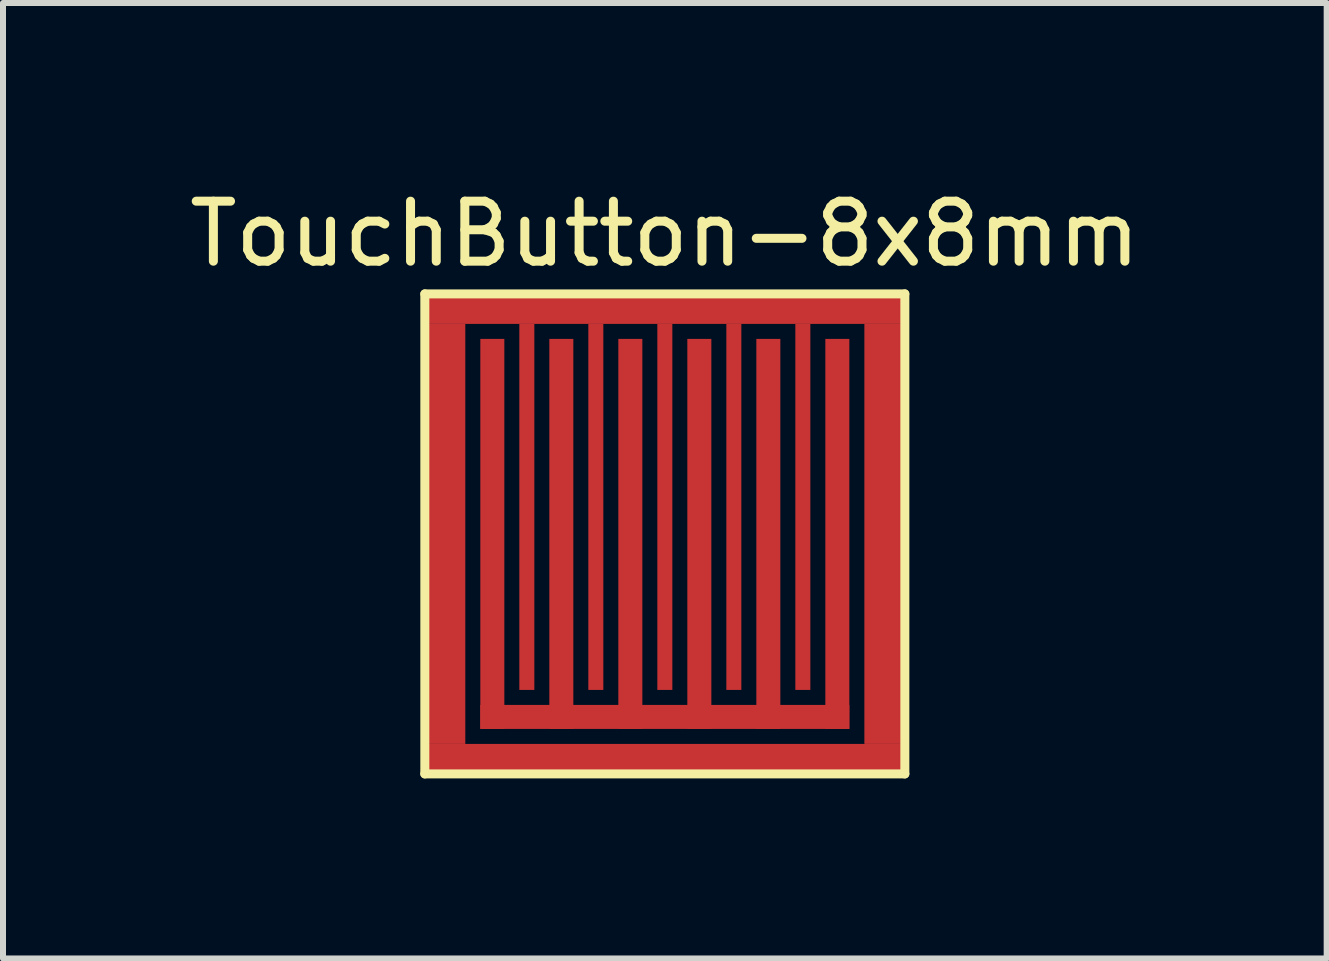
<source format=kicad_pcb>
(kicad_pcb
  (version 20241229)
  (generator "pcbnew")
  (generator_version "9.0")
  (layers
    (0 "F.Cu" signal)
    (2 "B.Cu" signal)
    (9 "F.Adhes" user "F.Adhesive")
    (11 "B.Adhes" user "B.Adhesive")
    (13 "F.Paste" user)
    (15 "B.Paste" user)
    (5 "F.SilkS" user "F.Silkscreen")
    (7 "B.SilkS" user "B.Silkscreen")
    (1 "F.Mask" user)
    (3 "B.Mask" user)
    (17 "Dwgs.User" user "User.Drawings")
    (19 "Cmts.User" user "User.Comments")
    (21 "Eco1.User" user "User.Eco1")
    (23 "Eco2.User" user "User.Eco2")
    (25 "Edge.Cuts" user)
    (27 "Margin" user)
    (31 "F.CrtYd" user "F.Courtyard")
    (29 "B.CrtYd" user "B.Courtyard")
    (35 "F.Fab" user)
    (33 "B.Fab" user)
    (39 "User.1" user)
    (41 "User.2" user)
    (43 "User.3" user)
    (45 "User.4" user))
  (footprint "TouchButton-8x8mm"
    (layer "F.Cu")
    (at 8.03 5.848)
    (property "Reference" "TouchButton-8x8mm" (at 0 -5 0) (layer "F.SilkS") (effects (font (size 1 1) (thickness 0.15))))
    (fp_line (start -4 -4) (end 4 -4) (stroke (width 0.15) (type default)) (layer "F.SilkS"))
    (fp_line (start -4 4) (end -4 -4) (stroke (width 0.15) (type default)) (layer "F.SilkS"))
    (fp_line (start 4 -4) (end 4 4) (stroke (width 0.15) (type default)) (layer "F.SilkS"))
    (fp_line (start 4 4) (end -4 4) (stroke (width 0.15) (type default)) (layer "F.SilkS"))
    (pad "1" smd rect (at -3.663 0) (size 0.675 7) (layers "F.Cu"))
    (pad "1" smd rect (at -2.3 -0.45) (size 0.25 6.1) (layers "F.Cu"))
    (pad "1" smd rect (at -1.15 -0.45) (size 0.25 6.1) (layers "F.Cu"))
    (pad "1" smd rect (at 0 -3.75) (size 8 0.5) (layers "F.Cu"))
    (pad "1" smd rect (at 0 -0.45) (size 0.25 6.1) (layers "F.Cu"))
    (pad "1" smd rect (at 0 3.75) (size 8 0.5) (layers "F.Cu"))
    (pad "1" smd rect (at 1.15 -0.45) (size 0.25 6.1) (layers "F.Cu"))
    (pad "1" smd rect (at 2.3 -0.45) (size 0.25 6.1) (layers "F.Cu"))
    (pad "1" smd rect (at 3.663 0) (size 0.675 7) (layers "F.Cu"))
    (pad "2" smd rect (at -2.875 0) (size 0.4 6.5) (layers "F.Cu"))
    (pad "2" smd rect (at -1.725 0) (size 0.4 6.5) (layers "F.Cu"))
    (pad "2" smd rect (at -0.575 0) (size 0.4 6.5) (layers "F.Cu"))
    (pad "2" smd rect (at 0 3.05) (size 6.15 0.4) (layers "F.Cu"))
    (pad "2" smd rect (at 0.575 0) (size 0.4 6.5) (layers "F.Cu"))
    (pad "2" smd rect (at 1.725 0) (size 0.4 6.5) (layers "F.Cu"))
    (pad "2" smd rect (at 2.875 0) (size 0.4 6.5) (layers "F.Cu")))
  (gr_rect
    (start -3 -3)
    (end 19.06 12.923)
    (stroke (width 0.1) (type default))
    (fill no)
    (layer "Edge.Cuts")))
</source>
